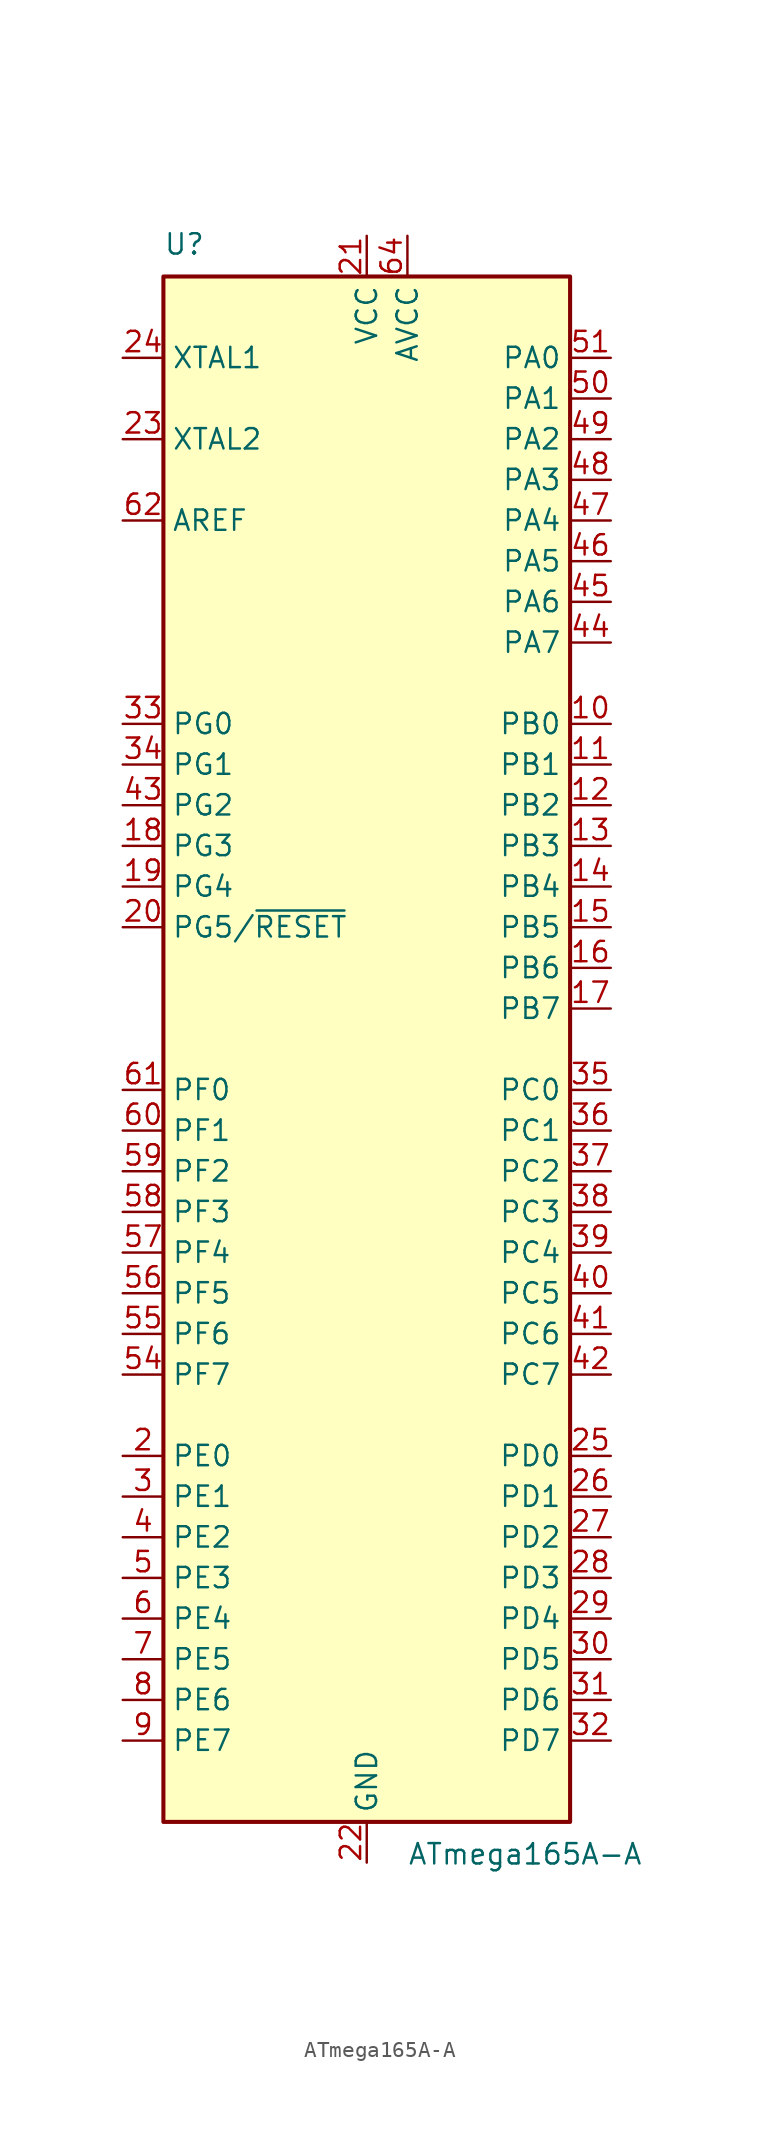
<source format=kicad_sym>
(kicad_symbol_lib
  (version 20231120)
  (generator "kicad_symbol_editor")
  (generator_version "8.0")
  (symbol "ATmega165A-A"
    (property "Reference" "U"
      (at -12.7 49.53 0)
      (effects (font (size 1.27 1.27)) (justify left bottom)))
    (property "Value" "ATmega165A-A"
      (at 2.54 -49.53 0)
      (effects (font (size 1.27 1.27)) (justify left top)))
    (symbol "ATmega165A-A_0_1"
      (rectangle (start -12.7 -48.26) (end 12.7 48.26) (stroke (width 0.254) (type default)) (fill (type background))))
    (symbol "ATmega165A-A_1_1"
      (pin no_connect line (at -12.7 -45.72 0) (length 2.54) hide (name "NC" (effects (font (size 1.27 1.27)))) (number "1" (effects (font (size 1.27 1.27)))))
      (pin bidirectional line (at 15.24 20.32 180) (length 2.54) (name "PB0" (effects (font (size 1.27 1.27)))) (number "10" (effects (font (size 1.27 1.27)))))
      (pin bidirectional line (at 15.24 17.78 180) (length 2.54) (name "PB1" (effects (font (size 1.27 1.27)))) (number "11" (effects (font (size 1.27 1.27)))))
      (pin bidirectional line (at 15.24 15.24 180) (length 2.54) (name "PB2" (effects (font (size 1.27 1.27)))) (number "12" (effects (font (size 1.27 1.27)))))
      (pin bidirectional line (at 15.24 12.7 180) (length 2.54) (name "PB3" (effects (font (size 1.27 1.27)))) (number "13" (effects (font (size 1.27 1.27)))))
      (pin bidirectional line (at 15.24 10.16 180) (length 2.54) (name "PB4" (effects (font (size 1.27 1.27)))) (number "14" (effects (font (size 1.27 1.27)))))
      (pin bidirectional line (at 15.24 7.62 180) (length 2.54) (name "PB5" (effects (font (size 1.27 1.27)))) (number "15" (effects (font (size 1.27 1.27)))))
      (pin bidirectional line (at 15.24 5.08 180) (length 2.54) (name "PB6" (effects (font (size 1.27 1.27)))) (number "16" (effects (font (size 1.27 1.27)))))
      (pin bidirectional line (at 15.24 2.54 180) (length 2.54) (name "PB7" (effects (font (size 1.27 1.27)))) (number "17" (effects (font (size 1.27 1.27)))))
      (pin bidirectional line (at -15.24 12.7 0) (length 2.54) (name "PG3" (effects (font (size 1.27 1.27)))) (number "18" (effects (font (size 1.27 1.27)))))
      (pin bidirectional line (at -15.24 10.16 0) (length 2.54) (name "PG4" (effects (font (size 1.27 1.27)))) (number "19" (effects (font (size 1.27 1.27)))))
      (pin bidirectional line (at -15.24 -25.4 0) (length 2.54) (name "PE0" (effects (font (size 1.27 1.27)))) (number "2" (effects (font (size 1.27 1.27)))))
      (pin bidirectional line (at -15.24 7.62 0) (length 2.54) (name "PG5/~{RESET}" (effects (font (size 1.27 1.27)))) (number "20" (effects (font (size 1.27 1.27)))))
      (pin power_in line (at 0 50.8 270) (length 2.54) (name "VCC" (effects (font (size 1.27 1.27)))) (number "21" (effects (font (size 1.27 1.27)))))
      (pin power_in line (at 0 -50.8 90) (length 2.54) (name "GND" (effects (font (size 1.27 1.27)))) (number "22" (effects (font (size 1.27 1.27)))))
      (pin output line (at -15.24 38.1 0) (length 2.54) (name "XTAL2" (effects (font (size 1.27 1.27)))) (number "23" (effects (font (size 1.27 1.27)))))
      (pin input line (at -15.24 43.18 0) (length 2.54) (name "XTAL1" (effects (font (size 1.27 1.27)))) (number "24" (effects (font (size 1.27 1.27)))))
      (pin bidirectional line (at 15.24 -25.4 180) (length 2.54) (name "PD0" (effects (font (size 1.27 1.27)))) (number "25" (effects (font (size 1.27 1.27)))))
      (pin bidirectional line (at 15.24 -27.94 180) (length 2.54) (name "PD1" (effects (font (size 1.27 1.27)))) (number "26" (effects (font (size 1.27 1.27)))))
      (pin bidirectional line (at 15.24 -30.48 180) (length 2.54) (name "PD2" (effects (font (size 1.27 1.27)))) (number "27" (effects (font (size 1.27 1.27)))))
      (pin bidirectional line (at 15.24 -33.02 180) (length 2.54) (name "PD3" (effects (font (size 1.27 1.27)))) (number "28" (effects (font (size 1.27 1.27)))))
      (pin bidirectional line (at 15.24 -35.56 180) (length 2.54) (name "PD4" (effects (font (size 1.27 1.27)))) (number "29" (effects (font (size 1.27 1.27)))))
      (pin bidirectional line (at -15.24 -27.94 0) (length 2.54) (name "PE1" (effects (font (size 1.27 1.27)))) (number "3" (effects (font (size 1.27 1.27)))))
      (pin bidirectional line (at 15.24 -38.1 180) (length 2.54) (name "PD5" (effects (font (size 1.27 1.27)))) (number "30" (effects (font (size 1.27 1.27)))))
      (pin bidirectional line (at 15.24 -40.64 180) (length 2.54) (name "PD6" (effects (font (size 1.27 1.27)))) (number "31" (effects (font (size 1.27 1.27)))))
      (pin bidirectional line (at 15.24 -43.18 180) (length 2.54) (name "PD7" (effects (font (size 1.27 1.27)))) (number "32" (effects (font (size 1.27 1.27)))))
      (pin bidirectional line (at -15.24 20.32 0) (length 2.54) (name "PG0" (effects (font (size 1.27 1.27)))) (number "33" (effects (font (size 1.27 1.27)))))
      (pin bidirectional line (at -15.24 17.78 0) (length 2.54) (name "PG1" (effects (font (size 1.27 1.27)))) (number "34" (effects (font (size 1.27 1.27)))))
      (pin bidirectional line (at 15.24 -2.54 180) (length 2.54) (name "PC0" (effects (font (size 1.27 1.27)))) (number "35" (effects (font (size 1.27 1.27)))))
      (pin bidirectional line (at 15.24 -5.08 180) (length 2.54) (name "PC1" (effects (font (size 1.27 1.27)))) (number "36" (effects (font (size 1.27 1.27)))))
      (pin bidirectional line (at 15.24 -7.62 180) (length 2.54) (name "PC2" (effects (font (size 1.27 1.27)))) (number "37" (effects (font (size 1.27 1.27)))))
      (pin bidirectional line (at 15.24 -10.16 180) (length 2.54) (name "PC3" (effects (font (size 1.27 1.27)))) (number "38" (effects (font (size 1.27 1.27)))))
      (pin bidirectional line (at 15.24 -12.7 180) (length 2.54) (name "PC4" (effects (font (size 1.27 1.27)))) (number "39" (effects (font (size 1.27 1.27)))))
      (pin bidirectional line (at -15.24 -30.48 0) (length 2.54) (name "PE2" (effects (font (size 1.27 1.27)))) (number "4" (effects (font (size 1.27 1.27)))))
      (pin bidirectional line (at 15.24 -15.24 180) (length 2.54) (name "PC5" (effects (font (size 1.27 1.27)))) (number "40" (effects (font (size 1.27 1.27)))))
      (pin bidirectional line (at 15.24 -17.78 180) (length 2.54) (name "PC6" (effects (font (size 1.27 1.27)))) (number "41" (effects (font (size 1.27 1.27)))))
      (pin bidirectional line (at 15.24 -20.32 180) (length 2.54) (name "PC7" (effects (font (size 1.27 1.27)))) (number "42" (effects (font (size 1.27 1.27)))))
      (pin bidirectional line (at -15.24 15.24 0) (length 2.54) (name "PG2" (effects (font (size 1.27 1.27)))) (number "43" (effects (font (size 1.27 1.27)))))
      (pin bidirectional line (at 15.24 25.4 180) (length 2.54) (name "PA7" (effects (font (size 1.27 1.27)))) (number "44" (effects (font (size 1.27 1.27)))))
      (pin bidirectional line (at 15.24 27.94 180) (length 2.54) (name "PA6" (effects (font (size 1.27 1.27)))) (number "45" (effects (font (size 1.27 1.27)))))
      (pin bidirectional line (at 15.24 30.48 180) (length 2.54) (name "PA5" (effects (font (size 1.27 1.27)))) (number "46" (effects (font (size 1.27 1.27)))))
      (pin bidirectional line (at 15.24 33.02 180) (length 2.54) (name "PA4" (effects (font (size 1.27 1.27)))) (number "47" (effects (font (size 1.27 1.27)))))
      (pin bidirectional line (at 15.24 35.56 180) (length 2.54) (name "PA3" (effects (font (size 1.27 1.27)))) (number "48" (effects (font (size 1.27 1.27)))))
      (pin bidirectional line (at 15.24 38.1 180) (length 2.54) (name "PA2" (effects (font (size 1.27 1.27)))) (number "49" (effects (font (size 1.27 1.27)))))
      (pin bidirectional line (at -15.24 -33.02 0) (length 2.54) (name "PE3" (effects (font (size 1.27 1.27)))) (number "5" (effects (font (size 1.27 1.27)))))
      (pin bidirectional line (at 15.24 40.64 180) (length 2.54) (name "PA1" (effects (font (size 1.27 1.27)))) (number "50" (effects (font (size 1.27 1.27)))))
      (pin bidirectional line (at 15.24 43.18 180) (length 2.54) (name "PA0" (effects (font (size 1.27 1.27)))) (number "51" (effects (font (size 1.27 1.27)))))
      (pin passive line (at 0 50.8 270) (length 2.54) hide (name "VCC" (effects (font (size 1.27 1.27)))) (number "52" (effects (font (size 1.27 1.27)))))
      (pin passive line (at 0 -50.8 90) (length 2.54) hide (name "GND" (effects (font (size 1.27 1.27)))) (number "53" (effects (font (size 1.27 1.27)))))
      (pin bidirectional line (at -15.24 -20.32 0) (length 2.54) (name "PF7" (effects (font (size 1.27 1.27)))) (number "54" (effects (font (size 1.27 1.27)))))
      (pin bidirectional line (at -15.24 -17.78 0) (length 2.54) (name "PF6" (effects (font (size 1.27 1.27)))) (number "55" (effects (font (size 1.27 1.27)))))
      (pin bidirectional line (at -15.24 -15.24 0) (length 2.54) (name "PF5" (effects (font (size 1.27 1.27)))) (number "56" (effects (font (size 1.27 1.27)))))
      (pin bidirectional line (at -15.24 -12.7 0) (length 2.54) (name "PF4" (effects (font (size 1.27 1.27)))) (number "57" (effects (font (size 1.27 1.27)))))
      (pin bidirectional line (at -15.24 -10.16 0) (length 2.54) (name "PF3" (effects (font (size 1.27 1.27)))) (number "58" (effects (font (size 1.27 1.27)))))
      (pin bidirectional line (at -15.24 -7.62 0) (length 2.54) (name "PF2" (effects (font (size 1.27 1.27)))) (number "59" (effects (font (size 1.27 1.27)))))
      (pin bidirectional line (at -15.24 -35.56 0) (length 2.54) (name "PE4" (effects (font (size 1.27 1.27)))) (number "6" (effects (font (size 1.27 1.27)))))
      (pin bidirectional line (at -15.24 -5.08 0) (length 2.54) (name "PF1" (effects (font (size 1.27 1.27)))) (number "60" (effects (font (size 1.27 1.27)))))
      (pin bidirectional line (at -15.24 -2.54 0) (length 2.54) (name "PF0" (effects (font (size 1.27 1.27)))) (number "61" (effects (font (size 1.27 1.27)))))
      (pin passive line (at -15.24 33.02 0) (length 2.54) (name "AREF" (effects (font (size 1.27 1.27)))) (number "62" (effects (font (size 1.27 1.27)))))
      (pin passive line (at 0 -50.8 90) (length 2.54) hide (name "GND" (effects (font (size 1.27 1.27)))) (number "63" (effects (font (size 1.27 1.27)))))
      (pin power_in line (at 2.54 50.8 270) (length 2.54) (name "AVCC" (effects (font (size 1.27 1.27)))) (number "64" (effects (font (size 1.27 1.27)))))
      (pin bidirectional line (at -15.24 -38.1 0) (length 2.54) (name "PE5" (effects (font (size 1.27 1.27)))) (number "7" (effects (font (size 1.27 1.27)))))
      (pin bidirectional line (at -15.24 -40.64 0) (length 2.54) (name "PE6" (effects (font (size 1.27 1.27)))) (number "8" (effects (font (size 1.27 1.27)))))
      (pin bidirectional line (at -15.24 -43.18 0) (length 2.54) (name "PE7" (effects (font (size 1.27 1.27)))) (number "9" (effects (font (size 1.27 1.27))))))))
</source>
